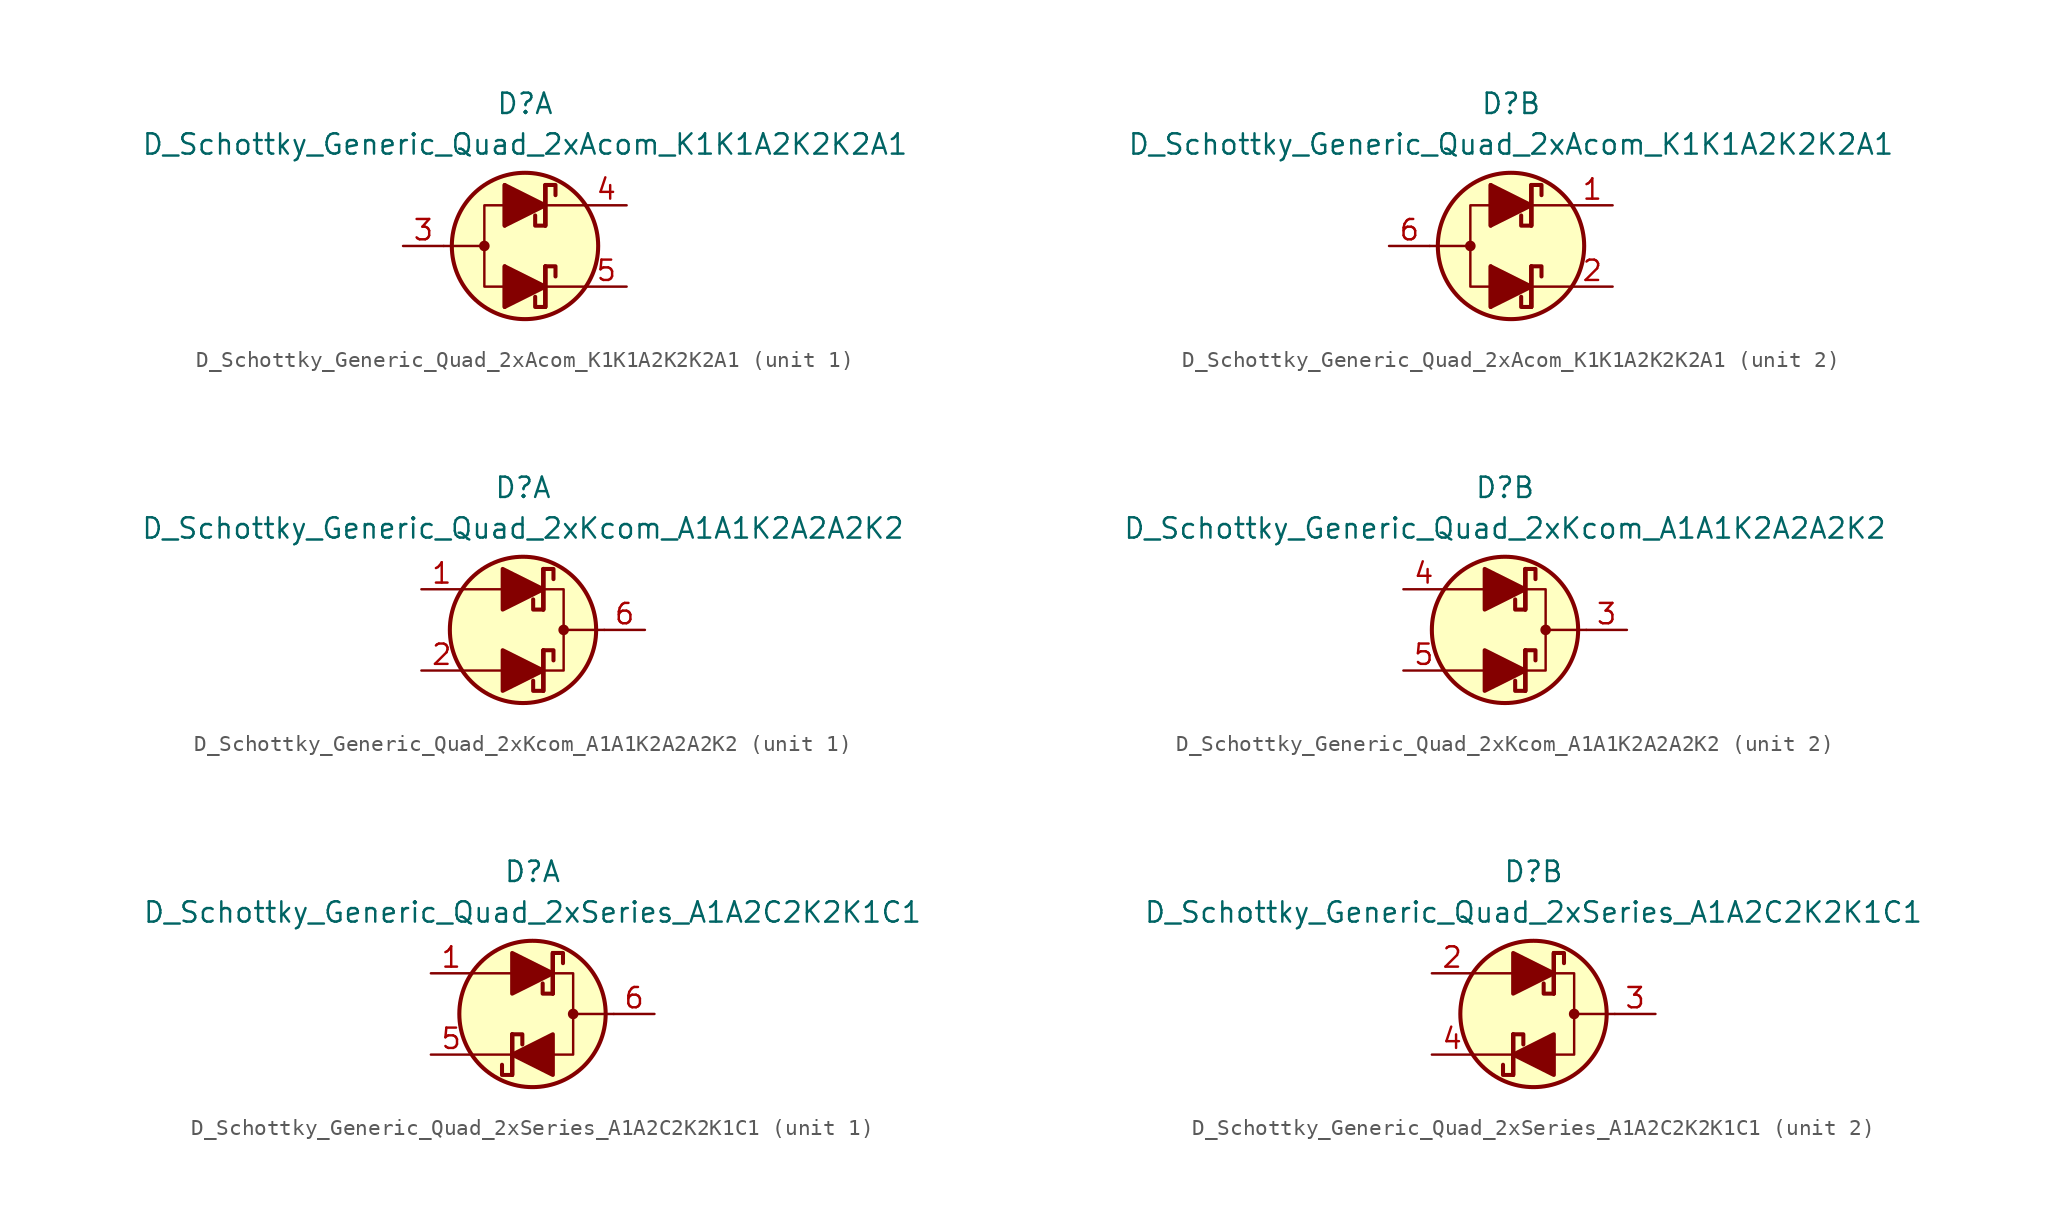
<source format=kicad_sym>
(kicad_symbol_lib
  (version 20201005)
  (generator kicad_symbol_editor)
  (symbol "Diode_Schottky_AKL:D_Schottky_Generic_Quad_2xAcom_K1K1A2K2K2A1"
    (pin_names
      (offset 1.016) hide)
    (property "Reference" "D"
      (at 0 8.89 0)
      (effects (font (size 1.27 1.27))))
    (property "Value" "D_Schottky_Generic_Quad_2xAcom_K1K1A2K2K2A1"
      (at 0 6.35 0)
      (effects (font (size 1.27 1.27))))
    (property "ki_locked" ""
      (at 0 0 0)
      (effects (font (size 1.27 1.27))))
    (symbol "D_Schottky_Generic_Quad_2xAcom_K1K1A2K2K2A1_1_1"
      (circle (center -2.54 0) (radius 0.254) (stroke (width 0)) (fill (type outline)))
      (circle (center 0 0) (radius 4.572) (stroke (width 0.254)) (fill (type background)))
      (polyline (pts (xy -5.08 0) (xy -2.54 0)) (stroke (width 0)) (fill (type none)))
      (polyline (pts (xy -1.27 -2.54) (xy 1.27 -2.54)) (stroke (width 0)) (fill (type none)))
      (polyline (pts (xy -1.27 -1.27) (xy -1.27 -3.81)) (stroke (width 0.254)) (fill (type none)))
      (polyline (pts (xy -1.27 2.54) (xy 1.27 2.54)) (stroke (width 0)) (fill (type none)))
      (polyline (pts (xy -1.27 3.81) (xy -1.27 1.27)) (stroke (width 0.254)) (fill (type none)))
      (polyline (pts (xy 1.27 -2.54) (xy -1.27 -2.54)) (stroke (width 0)) (fill (type none)))
      (polyline (pts (xy 1.27 -2.54) (xy 3.81 -2.54)) (stroke (width 0)) (fill (type none)))
      (polyline (pts (xy 1.27 -1.27) (xy 1.27 -3.81)) (stroke (width 0.254)) (fill (type none)))
      (polyline (pts (xy 1.27 -1.27) (xy 1.27 -3.81)) (stroke (width 0.254)) (fill (type none)))
      (polyline (pts (xy 1.27 2.54) (xy -1.27 2.54)) (stroke (width 0)) (fill (type none)))
      (polyline (pts (xy 1.27 2.54) (xy 3.81 2.54)) (stroke (width 0)) (fill (type none)))
      (polyline (pts (xy 1.27 3.81) (xy 1.27 1.27)) (stroke (width 0.254)) (fill (type none)))
      (polyline (pts (xy 1.27 3.81) (xy 1.27 1.27)) (stroke (width 0.254)) (fill (type none)))
      (polyline (pts (xy -1.27 2.54) (xy -2.54 2.54) (xy -2.54 -2.54) (xy -1.27 -2.54)) (stroke (width 0)) (fill (type none)))
      (polyline (pts (xy 1.905 -1.905) (xy 1.905 -1.27) (xy 1.27 -1.27) (xy 1.27 -3.81) (xy 0.635 -3.81) (xy 0.635 -3.175)) (stroke (width 0.254)) (fill (type none)))
      (polyline (pts (xy 1.905 3.175) (xy 1.905 3.81) (xy 1.27 3.81) (xy 1.27 1.27) (xy 0.635 1.27) (xy 0.635 1.905)) (stroke (width 0.254)) (fill (type none)))
      (polyline (pts (xy -1.27 -3.81) (xy -1.27 -1.27) (xy 1.27 -2.54) (xy -1.27 -3.81)) (stroke (width 0.254)) (fill (type outline)))
      (polyline (pts (xy -1.27 1.27) (xy -1.27 3.81) (xy 1.27 2.54) (xy -1.27 1.27)) (stroke (width 0.254)) (fill (type outline)))
      (pin passive line (at -7.62 0 0) (length 2.54) (name "A2" (effects (font (size 1.27 1.27)))) (number "3" (effects (font (size 1.27 1.27)))))
      (pin passive line (at 6.35 2.54 180) (length 2.54) (name "K2" (effects (font (size 1.27 1.27)))) (number "4" (effects (font (size 1.27 1.27)))))
      (pin passive line (at 6.35 -2.54 180) (length 2.54) (name "K2" (effects (font (size 1.27 1.27)))) (number "5" (effects (font (size 1.27 1.27))))))
    (symbol "D_Schottky_Generic_Quad_2xAcom_K1K1A2K2K2A1_2_1"
      (circle (center -2.54 0) (radius 0.254) (stroke (width 0)) (fill (type outline)))
      (circle (center 0 0) (radius 4.572) (stroke (width 0.254)) (fill (type background)))
      (polyline (pts (xy -5.08 0) (xy -2.54 0)) (stroke (width 0)) (fill (type none)))
      (polyline (pts (xy -1.27 -2.54) (xy 1.27 -2.54)) (stroke (width 0)) (fill (type none)))
      (polyline (pts (xy -1.27 -1.27) (xy -1.27 -3.81)) (stroke (width 0.254)) (fill (type none)))
      (polyline (pts (xy -1.27 2.54) (xy 1.27 2.54)) (stroke (width 0)) (fill (type none)))
      (polyline (pts (xy -1.27 3.81) (xy -1.27 1.27)) (stroke (width 0.254)) (fill (type none)))
      (polyline (pts (xy 1.27 -2.54) (xy -1.27 -2.54)) (stroke (width 0)) (fill (type none)))
      (polyline (pts (xy 1.27 -2.54) (xy 3.81 -2.54)) (stroke (width 0)) (fill (type none)))
      (polyline (pts (xy 1.27 -1.27) (xy 1.27 -3.81)) (stroke (width 0.254)) (fill (type none)))
      (polyline (pts (xy 1.27 -1.27) (xy 1.27 -3.81)) (stroke (width 0.254)) (fill (type none)))
      (polyline (pts (xy 1.27 2.54) (xy -1.27 2.54)) (stroke (width 0)) (fill (type none)))
      (polyline (pts (xy 1.27 2.54) (xy 3.81 2.54)) (stroke (width 0)) (fill (type none)))
      (polyline (pts (xy 1.27 3.81) (xy 1.27 1.27)) (stroke (width 0.254)) (fill (type none)))
      (polyline (pts (xy 1.27 3.81) (xy 1.27 1.27)) (stroke (width 0.254)) (fill (type none)))
      (polyline (pts (xy -1.27 2.54) (xy -2.54 2.54) (xy -2.54 -2.54) (xy -1.27 -2.54)) (stroke (width 0)) (fill (type none)))
      (polyline (pts (xy 1.905 -1.905) (xy 1.905 -1.27) (xy 1.27 -1.27) (xy 1.27 -3.81) (xy 0.635 -3.81) (xy 0.635 -3.175)) (stroke (width 0.254)) (fill (type none)))
      (polyline (pts (xy 1.905 3.175) (xy 1.905 3.81) (xy 1.27 3.81) (xy 1.27 1.27) (xy 0.635 1.27) (xy 0.635 1.905)) (stroke (width 0.254)) (fill (type none)))
      (polyline (pts (xy -1.27 -3.81) (xy -1.27 -1.27) (xy 1.27 -2.54) (xy -1.27 -3.81)) (stroke (width 0.254)) (fill (type outline)))
      (polyline (pts (xy -1.27 1.27) (xy -1.27 3.81) (xy 1.27 2.54) (xy -1.27 1.27)) (stroke (width 0.254)) (fill (type outline)))
      (pin passive line (at 6.35 2.54 180) (length 2.54) (name "K1" (effects (font (size 1.27 1.27)))) (number "1" (effects (font (size 1.27 1.27)))))
      (pin passive line (at 6.35 -2.54 180) (length 2.54) (name "K1" (effects (font (size 1.27 1.27)))) (number "2" (effects (font (size 1.27 1.27)))))
      (pin passive line (at -7.62 0 0) (length 2.54) (name "A1" (effects (font (size 1.27 1.27)))) (number "6" (effects (font (size 1.27 1.27)))))))
  (symbol "Diode_Schottky_AKL:D_Schottky_Generic_Quad_2xKcom_A1A1K2A2A2K2"
    (pin_names
      (offset 1.016) hide)
    (property "Reference" "D"
      (at 0 8.89 0)
      (effects (font (size 1.27 1.27))))
    (property "Value" "D_Schottky_Generic_Quad_2xKcom_A1A1K2A2A2K2"
      (at 0 6.35 0)
      (effects (font (size 1.27 1.27))))
    (property "ki_locked" ""
      (at 0 0 0)
      (effects (font (size 1.27 1.27))))
    (symbol "D_Schottky_Generic_Quad_2xKcom_A1A1K2A2A2K2_0_1"
      (circle (center 2.54 0) (radius 0.254) (stroke (width 0)) (fill (type outline)))
      (circle (center 0 0) (radius 4.572) (stroke (width 0.254)) (fill (type background)))
      (polyline (pts (xy -1.27 -2.54) (xy -3.81 -2.54)) (stroke (width 0)) (fill (type none)))
      (polyline (pts (xy -1.27 2.54) (xy -3.81 2.54)) (stroke (width 0)) (fill (type none)))
      (polyline (pts (xy 1.27 -3.81) (xy 1.27 -1.27)) (stroke (width 0.254)) (fill (type none)))
      (polyline (pts (xy 1.27 1.27) (xy 1.27 3.81)) (stroke (width 0.254)) (fill (type none)))
      (polyline (pts (xy 5.08 0) (xy 2.54 0)) (stroke (width 0)) (fill (type none)))
      (polyline (pts (xy 1.27 -2.54) (xy 2.54 -2.54) (xy 2.54 2.54) (xy 1.27 2.54)) (stroke (width 0)) (fill (type none))))
    (symbol "D_Schottky_Generic_Quad_2xKcom_A1A1K2A2A2K2_1_1"
      (polyline (pts (xy -1.27 -2.54) (xy 1.27 -2.54)) (stroke (width 0)) (fill (type none)))
      (polyline (pts (xy -1.27 2.54) (xy 1.27 2.54)) (stroke (width 0)) (fill (type none)))
      (polyline (pts (xy 1.27 -3.81) (xy 1.27 -1.27)) (stroke (width 0.254)) (fill (type none)))
      (polyline (pts (xy 1.27 1.27) (xy 1.27 3.81)) (stroke (width 0.254)) (fill (type none)))
      (polyline (pts (xy 0.635 -3.175) (xy 0.635 -3.81) (xy 1.27 -3.81) (xy 1.27 -1.27) (xy 1.905 -1.27) (xy 1.905 -1.905)) (stroke (width 0.254)) (fill (type none)))
      (polyline (pts (xy 0.635 1.905) (xy 0.635 1.27) (xy 1.27 1.27) (xy 1.27 3.81) (xy 1.905 3.81) (xy 1.905 3.175)) (stroke (width 0.254)) (fill (type none)))
      (polyline (pts (xy -1.27 -3.81) (xy -1.27 -1.27) (xy 1.27 -2.54) (xy -1.27 -3.81)) (stroke (width 0.254)) (fill (type outline)))
      (polyline (pts (xy -1.27 1.27) (xy -1.27 3.81) (xy 1.27 2.54) (xy -1.27 1.27)) (stroke (width 0.254)) (fill (type outline)))
      (pin passive line (at -6.35 2.54 0) (length 2.54) (name "A1" (effects (font (size 1.27 1.27)))) (number "1" (effects (font (size 1.27 1.27)))))
      (pin passive line (at -6.35 -2.54 0) (length 2.54) (name "A1" (effects (font (size 1.27 1.27)))) (number "2" (effects (font (size 1.27 1.27)))))
      (pin passive line (at 7.62 0 180) (length 2.54) (name "K1" (effects (font (size 1.27 1.27)))) (number "6" (effects (font (size 1.27 1.27))))))
    (symbol "D_Schottky_Generic_Quad_2xKcom_A1A1K2A2A2K2_2_1"
      (polyline (pts (xy -1.27 -2.54) (xy 1.27 -2.54)) (stroke (width 0)) (fill (type none)))
      (polyline (pts (xy -1.27 2.54) (xy 1.27 2.54)) (stroke (width 0)) (fill (type none)))
      (polyline (pts (xy 1.27 -3.81) (xy 1.27 -1.27)) (stroke (width 0.254)) (fill (type none)))
      (polyline (pts (xy 1.27 1.27) (xy 1.27 3.81)) (stroke (width 0.254)) (fill (type none)))
      (polyline (pts (xy 0.635 -3.175) (xy 0.635 -3.81) (xy 1.27 -3.81) (xy 1.27 -1.27) (xy 1.905 -1.27) (xy 1.905 -1.905)) (stroke (width 0.254)) (fill (type none)))
      (polyline (pts (xy 0.635 1.905) (xy 0.635 1.27) (xy 1.27 1.27) (xy 1.27 3.81) (xy 1.905 3.81) (xy 1.905 3.175)) (stroke (width 0.254)) (fill (type none)))
      (polyline (pts (xy -1.27 -3.81) (xy -1.27 -1.27) (xy 1.27 -2.54) (xy -1.27 -3.81)) (stroke (width 0.254)) (fill (type outline)))
      (polyline (pts (xy -1.27 1.27) (xy -1.27 3.81) (xy 1.27 2.54) (xy -1.27 1.27)) (stroke (width 0.254)) (fill (type outline)))
      (pin passive line (at 7.62 0 180) (length 2.54) (name "K2" (effects (font (size 1.27 1.27)))) (number "3" (effects (font (size 1.27 1.27)))))
      (pin passive line (at -6.35 2.54 0) (length 2.54) (name "A2" (effects (font (size 1.27 1.27)))) (number "4" (effects (font (size 1.27 1.27)))))
      (pin passive line (at -6.35 -2.54 0) (length 2.54) (name "A2" (effects (font (size 1.27 1.27)))) (number "5" (effects (font (size 1.27 1.27)))))))
  (symbol "Diode_Schottky_AKL:D_Schottky_Generic_Quad_2xSeries_A1A2C2K2K1C1"
    (pin_names
      (offset 1.016) hide)
    (property "Reference" "D"
      (at 0 8.89 0)
      (effects (font (size 1.27 1.27))))
    (property "Value" "D_Schottky_Generic_Quad_2xSeries_A1A2C2K2K1C1"
      (at 0 6.35 0)
      (effects (font (size 1.27 1.27))))
    (property "ki_locked" ""
      (at 0 0 0)
      (effects (font (size 1.27 1.27))))
    (symbol "D_Schottky_Generic_Quad_2xSeries_A1A2C2K2K1C1_0_1"
      (circle (center 2.54 0) (radius 0.254) (stroke (width 0)) (fill (type outline)))
      (circle (center 0 0) (radius 4.572) (stroke (width 0.254)) (fill (type background)))
      (polyline (pts (xy -1.27 -2.54) (xy -3.81 -2.54)) (stroke (width 0)) (fill (type none)))
      (polyline (pts (xy -1.27 -1.27) (xy -1.27 -3.81)) (stroke (width 0.254)) (fill (type none)))
      (polyline (pts (xy -1.27 2.54) (xy -3.81 2.54)) (stroke (width 0)) (fill (type none)))
      (polyline (pts (xy 1.27 3.81) (xy 1.27 1.27)) (stroke (width 0.254)) (fill (type none)))
      (polyline (pts (xy 5.08 0) (xy 2.54 0)) (stroke (width 0)) (fill (type none)))
      (polyline (pts (xy 1.27 -2.54) (xy 2.54 -2.54) (xy 2.54 2.54) (xy 1.27 2.54)) (stroke (width 0)) (fill (type none))))
    (symbol "D_Schottky_Generic_Quad_2xSeries_A1A2C2K2K1C1_1_1"
      (polyline (pts (xy -1.27 -3.81) (xy -1.27 -1.27)) (stroke (width 0.254)) (fill (type none)))
      (polyline (pts (xy -1.27 2.54) (xy 1.27 2.54)) (stroke (width 0)) (fill (type none)))
      (polyline (pts (xy 1.27 -2.54) (xy -1.27 -2.54)) (stroke (width 0)) (fill (type none)))
      (polyline (pts (xy 1.27 1.27) (xy 1.27 3.81)) (stroke (width 0.254)) (fill (type none)))
      (polyline (pts (xy -1.905 -3.175) (xy -1.905 -3.81) (xy -1.27 -3.81) (xy -1.27 -1.27) (xy -0.635 -1.27) (xy -0.635 -1.905)) (stroke (width 0.254)) (fill (type none)))
      (polyline (pts (xy 0.635 1.905) (xy 0.635 1.27) (xy 1.27 1.27) (xy 1.27 3.81) (xy 1.905 3.81) (xy 1.905 3.175)) (stroke (width 0.254)) (fill (type none)))
      (polyline (pts (xy -1.27 1.27) (xy -1.27 3.81) (xy 1.27 2.54) (xy -1.27 1.27)) (stroke (width 0.254)) (fill (type outline)))
      (polyline (pts (xy 1.27 -1.27) (xy 1.27 -3.81) (xy -1.27 -2.54) (xy 1.27 -1.27)) (stroke (width 0.254)) (fill (type outline)))
      (pin passive line (at -6.35 2.54 0) (length 2.54) (name "A1" (effects (font (size 1.27 1.27)))) (number "1" (effects (font (size 1.27 1.27)))))
      (pin passive line (at -6.35 -2.54 0) (length 2.54) (name "K1" (effects (font (size 1.27 1.27)))) (number "5" (effects (font (size 1.27 1.27)))))
      (pin passive line (at 7.62 0 180) (length 2.54) (name "C1" (effects (font (size 1.27 1.27)))) (number "6" (effects (font (size 1.27 1.27))))))
    (symbol "D_Schottky_Generic_Quad_2xSeries_A1A2C2K2K1C1_2_1"
      (polyline (pts (xy -1.27 -3.81) (xy -1.27 -1.27)) (stroke (width 0.254)) (fill (type none)))
      (polyline (pts (xy -1.27 2.54) (xy 1.27 2.54)) (stroke (width 0)) (fill (type none)))
      (polyline (pts (xy 1.27 -2.54) (xy -1.27 -2.54)) (stroke (width 0)) (fill (type none)))
      (polyline (pts (xy 1.27 1.27) (xy 1.27 3.81)) (stroke (width 0.254)) (fill (type none)))
      (polyline (pts (xy -1.905 -3.175) (xy -1.905 -3.81) (xy -1.27 -3.81) (xy -1.27 -1.27) (xy -0.635 -1.27) (xy -0.635 -1.905)) (stroke (width 0.254)) (fill (type none)))
      (polyline (pts (xy 0.635 1.905) (xy 0.635 1.27) (xy 1.27 1.27) (xy 1.27 3.81) (xy 1.905 3.81) (xy 1.905 3.175)) (stroke (width 0.254)) (fill (type none)))
      (polyline (pts (xy -1.27 1.27) (xy -1.27 3.81) (xy 1.27 2.54) (xy -1.27 1.27)) (stroke (width 0.254)) (fill (type outline)))
      (polyline (pts (xy 1.27 -1.27) (xy 1.27 -3.81) (xy -1.27 -2.54) (xy 1.27 -1.27)) (stroke (width 0.254)) (fill (type outline)))
      (pin passive line (at -6.35 2.54 0) (length 2.54) (name "A2" (effects (font (size 1.27 1.27)))) (number "2" (effects (font (size 1.27 1.27)))))
      (pin passive line (at 7.62 0 180) (length 2.54) (name "C2" (effects (font (size 1.27 1.27)))) (number "3" (effects (font (size 1.27 1.27)))))
      (pin passive line (at -6.35 -2.54 0) (length 2.54) (name "K2" (effects (font (size 1.27 1.27)))) (number "4" (effects (font (size 1.27 1.27))))))))
</source>
